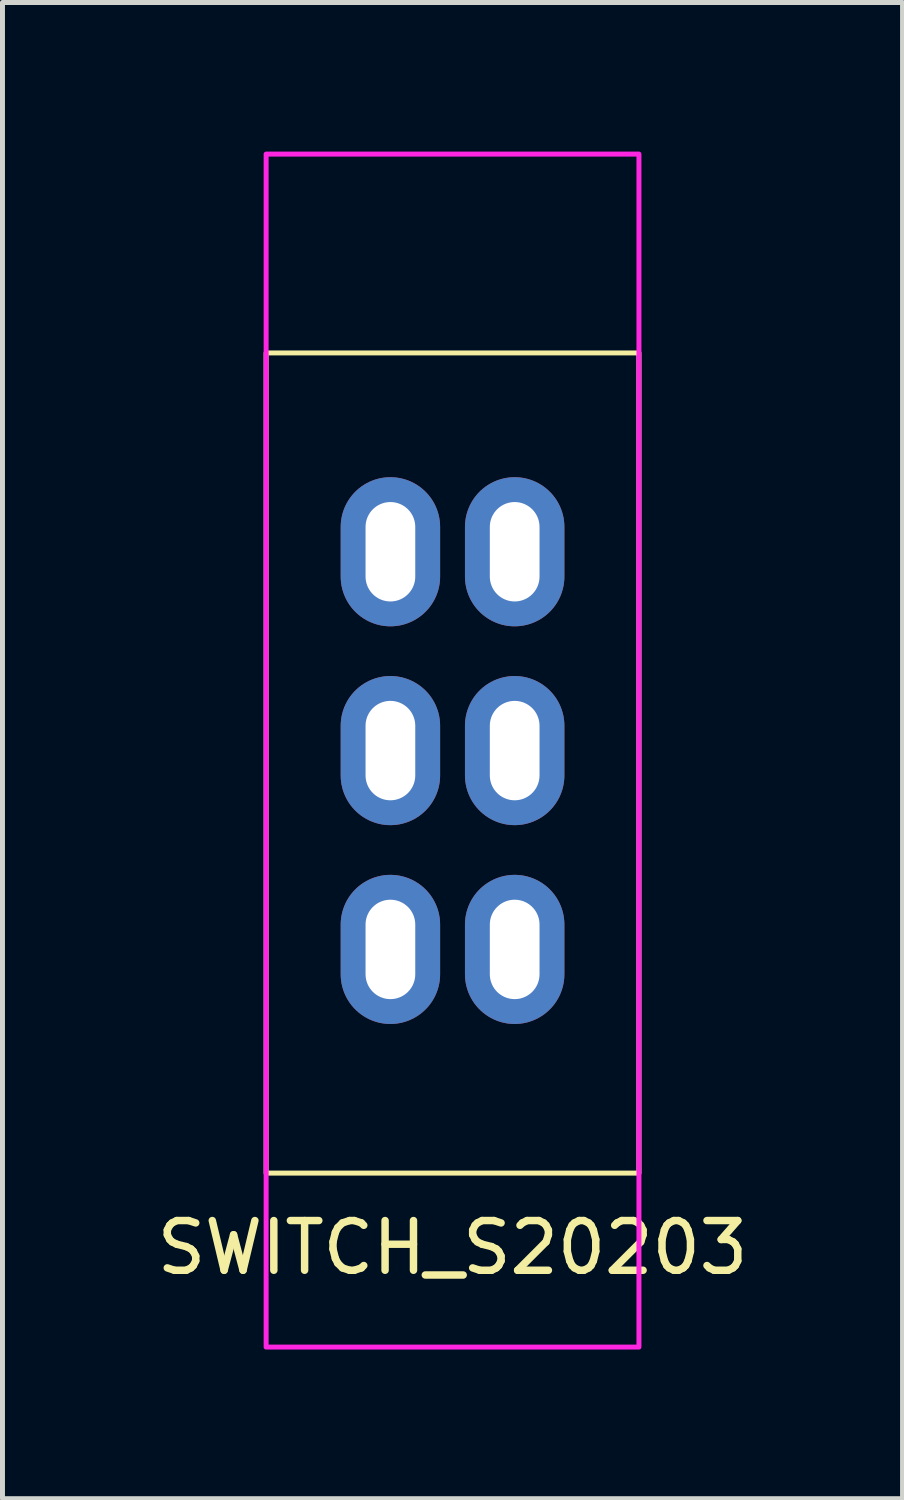
<source format=kicad_pcb>
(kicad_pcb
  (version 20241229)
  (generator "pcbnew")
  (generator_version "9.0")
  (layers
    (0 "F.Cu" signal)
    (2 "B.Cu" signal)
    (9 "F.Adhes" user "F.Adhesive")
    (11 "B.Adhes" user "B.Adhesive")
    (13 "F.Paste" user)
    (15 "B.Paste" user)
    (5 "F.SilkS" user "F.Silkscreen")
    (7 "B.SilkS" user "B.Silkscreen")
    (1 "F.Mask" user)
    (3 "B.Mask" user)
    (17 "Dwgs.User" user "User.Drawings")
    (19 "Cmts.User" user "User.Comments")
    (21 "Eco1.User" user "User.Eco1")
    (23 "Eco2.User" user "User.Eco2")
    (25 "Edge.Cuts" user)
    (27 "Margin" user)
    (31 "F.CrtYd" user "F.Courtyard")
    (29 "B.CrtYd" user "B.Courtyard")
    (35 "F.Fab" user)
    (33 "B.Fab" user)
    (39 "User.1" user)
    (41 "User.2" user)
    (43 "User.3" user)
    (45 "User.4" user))
  (footprint "SWITCH_S20203"
    (layer "F.Cu")
    (at 6.054 12.05)
    (property "Reference" "SWITCH_S20203" (at 0 10 0) (unlocked yes) (layer "F.SilkS") (effects (font (size 1 1) (thickness 0.15))))
    (attr through_hole)
    (fp_rect (start -3.75 -8) (end 3.75 8.5) (stroke (width 0.1) (type default)) (fill no) (layer "F.SilkS"))
    (fp_rect (start -3.75 -12) (end 3.75 12) (stroke (width 0.1) (type default)) (fill no) (layer "F.CrtYd"))
    (pad "1" thru_hole oval (at -1.25 4) (size 2 3) (drill oval 1 2) (layers "*.Cu" "*.Mask"))
    (pad "2" thru_hole oval (at -1.25 0) (size 2 3) (drill oval 1 2) (layers "*.Cu" "*.Mask"))
    (pad "3" thru_hole oval (at -1.25 -4) (size 2 3) (drill oval 1 2) (layers "*.Cu" "*.Mask"))
    (pad "4" thru_hole oval (at 1.25 4) (size 2 3) (drill oval 1 2) (layers "*.Cu" "*.Mask"))
    (pad "5" thru_hole oval (at 1.25 0) (size 2 3) (drill oval 1 2) (layers "*.Cu" "*.Mask"))
    (pad "6" thru_hole oval (at 1.25 -4) (size 2 3) (drill oval 1 2) (layers "*.Cu" "*.Mask")))
  (gr_rect
    (start -3 -3)
    (end 15.107 27.1)
    (stroke (width 0.1) (type default))
    (fill no)
    (layer "Edge.Cuts")))
</source>
